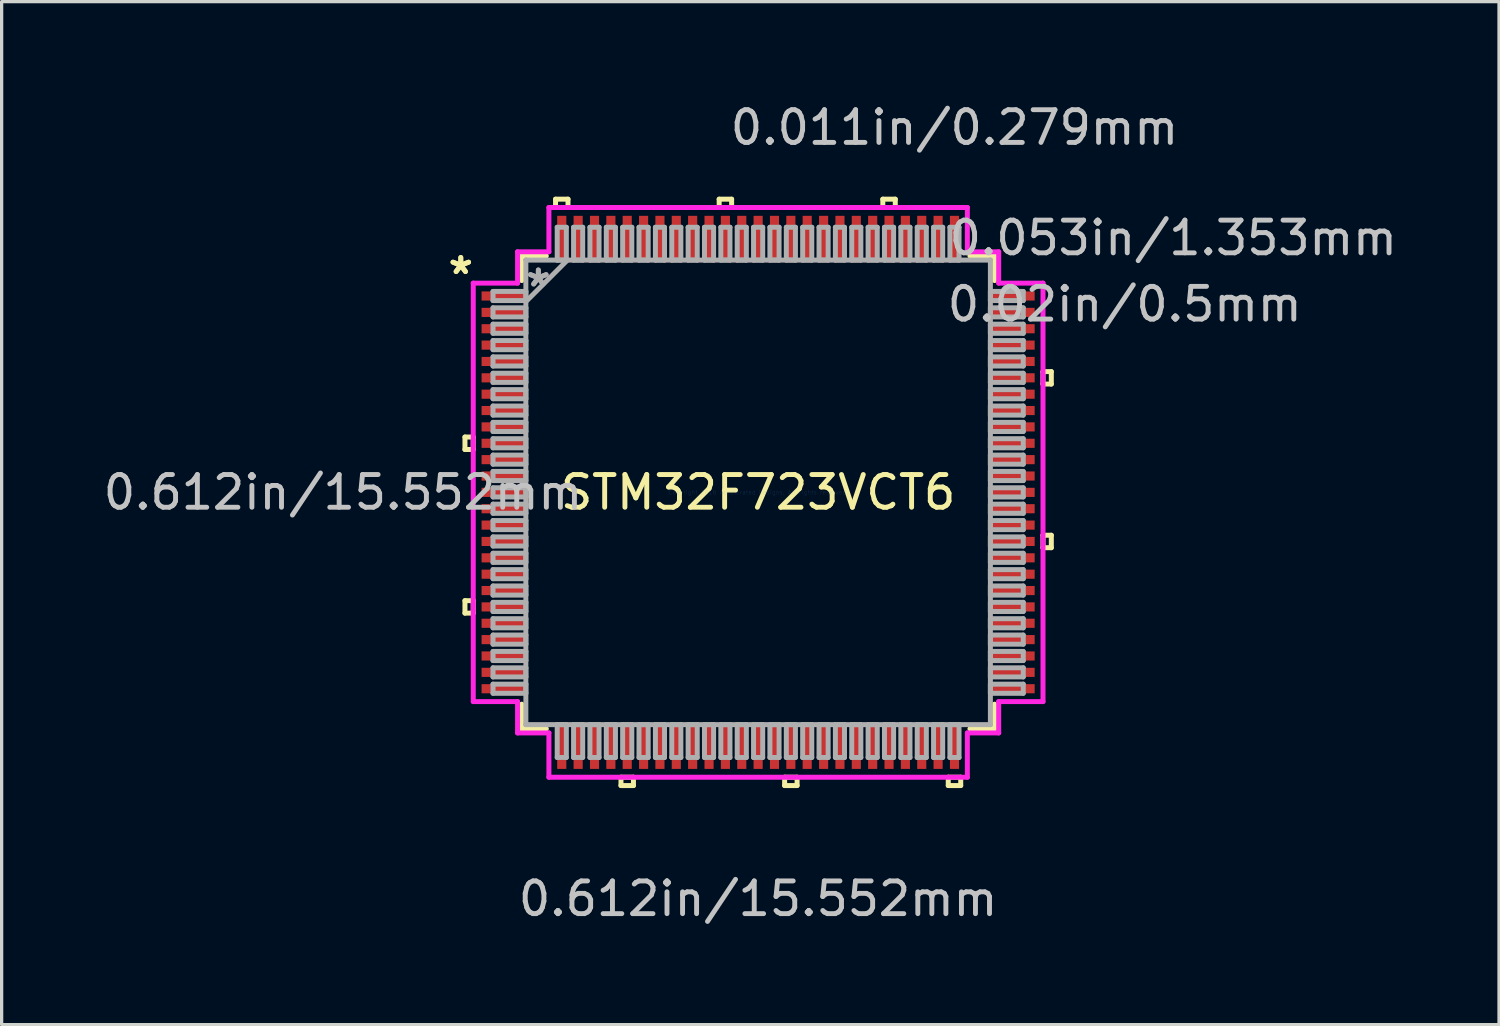
<source format=kicad_pcb>
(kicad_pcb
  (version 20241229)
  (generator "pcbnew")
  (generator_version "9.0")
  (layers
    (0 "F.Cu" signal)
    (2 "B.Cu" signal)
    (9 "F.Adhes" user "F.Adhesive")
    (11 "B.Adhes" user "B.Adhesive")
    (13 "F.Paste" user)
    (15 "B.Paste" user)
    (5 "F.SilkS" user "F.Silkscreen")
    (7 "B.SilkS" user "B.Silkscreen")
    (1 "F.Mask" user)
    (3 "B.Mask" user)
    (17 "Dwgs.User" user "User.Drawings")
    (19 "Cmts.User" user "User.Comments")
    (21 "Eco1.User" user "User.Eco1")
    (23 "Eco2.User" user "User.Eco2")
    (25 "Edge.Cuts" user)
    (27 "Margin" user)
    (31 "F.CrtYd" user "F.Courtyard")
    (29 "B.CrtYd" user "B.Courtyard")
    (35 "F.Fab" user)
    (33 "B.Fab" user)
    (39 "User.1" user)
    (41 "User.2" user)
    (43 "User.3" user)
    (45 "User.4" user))
  (footprint "STM32F723VCT6"
    (layer "F.Cu")
    (at 20.122 11.999)
    (property "Reference" "STM32F723VCT6" (at 0 0 0) (layer "F.SilkS") (effects (font (size 1 1) (thickness 0.15))))
    (attr through_hole)
    (fp_line (start -8.961 -1.691) (end -8.961 -1.31) (stroke (width 0.152) (type solid)) (layer "F.SilkS"))
    (fp_line (start -8.961 -1.31) (end -8.707 -1.31) (stroke (width 0.152) (type solid)) (layer "F.SilkS"))
    (fp_line (start -8.961 3.31) (end -8.961 3.691) (stroke (width 0.152) (type solid)) (layer "F.SilkS"))
    (fp_line (start -8.961 3.691) (end -8.707 3.691) (stroke (width 0.152) (type solid)) (layer "F.SilkS"))
    (fp_line (start -8.707 -1.691) (end -8.961 -1.691) (stroke (width 0.152) (type solid)) (layer "F.SilkS"))
    (fp_line (start -8.707 -1.31) (end -8.707 -1.691) (stroke (width 0.152) (type solid)) (layer "F.SilkS"))
    (fp_line (start -8.707 3.31) (end -8.961 3.31) (stroke (width 0.152) (type solid)) (layer "F.SilkS"))
    (fp_line (start -8.707 3.691) (end -8.707 3.31) (stroke (width 0.152) (type solid)) (layer "F.SilkS"))
    (fp_line (start -7.226 -7.226) (end -7.226 -6.474) (stroke (width 0.152) (type solid)) (layer "F.SilkS"))
    (fp_line (start -7.226 6.474) (end -7.226 7.226) (stroke (width 0.152) (type solid)) (layer "F.SilkS"))
    (fp_line (start -7.226 7.226) (end -6.474 7.226) (stroke (width 0.152) (type solid)) (layer "F.SilkS"))
    (fp_line (start -6.474 -7.226) (end -7.226 -7.226) (stroke (width 0.152) (type solid)) (layer "F.SilkS"))
    (fp_line (start -6.192 -8.961) (end -5.811 -8.961) (stroke (width 0.152) (type solid)) (layer "F.SilkS"))
    (fp_line (start -6.192 -8.707) (end -6.192 -8.961) (stroke (width 0.152) (type solid)) (layer "F.SilkS"))
    (fp_line (start -5.811 -8.961) (end -5.811 -8.707) (stroke (width 0.152) (type solid)) (layer "F.SilkS"))
    (fp_line (start -5.811 -8.707) (end -6.192 -8.707) (stroke (width 0.152) (type solid)) (layer "F.SilkS"))
    (fp_line (start -4.192 8.707) (end -4.192 8.961) (stroke (width 0.152) (type solid)) (layer "F.SilkS"))
    (fp_line (start -4.192 8.961) (end -3.811 8.961) (stroke (width 0.152) (type solid)) (layer "F.SilkS"))
    (fp_line (start -3.811 8.707) (end -4.192 8.707) (stroke (width 0.152) (type solid)) (layer "F.SilkS"))
    (fp_line (start -3.811 8.961) (end -3.811 8.707) (stroke (width 0.152) (type solid)) (layer "F.SilkS"))
    (fp_line (start -1.191 -8.961) (end -0.81 -8.961) (stroke (width 0.152) (type solid)) (layer "F.SilkS"))
    (fp_line (start -1.191 -8.707) (end -1.191 -8.961) (stroke (width 0.152) (type solid)) (layer "F.SilkS"))
    (fp_line (start -0.81 -8.961) (end -0.81 -8.707) (stroke (width 0.152) (type solid)) (layer "F.SilkS"))
    (fp_line (start -0.81 -8.707) (end -1.191 -8.707) (stroke (width 0.152) (type solid)) (layer "F.SilkS"))
    (fp_line (start 0.81 8.707) (end 0.81 8.961) (stroke (width 0.152) (type solid)) (layer "F.SilkS"))
    (fp_line (start 0.81 8.961) (end 1.191 8.961) (stroke (width 0.152) (type solid)) (layer "F.SilkS"))
    (fp_line (start 1.191 8.707) (end 0.81 8.707) (stroke (width 0.152) (type solid)) (layer "F.SilkS"))
    (fp_line (start 1.191 8.961) (end 1.191 8.707) (stroke (width 0.152) (type solid)) (layer "F.SilkS"))
    (fp_line (start 3.811 -8.961) (end 4.192 -8.961) (stroke (width 0.152) (type solid)) (layer "F.SilkS"))
    (fp_line (start 3.811 -8.707) (end 3.811 -8.961) (stroke (width 0.152) (type solid)) (layer "F.SilkS"))
    (fp_line (start 4.192 -8.961) (end 4.192 -8.707) (stroke (width 0.152) (type solid)) (layer "F.SilkS"))
    (fp_line (start 4.192 -8.707) (end 3.811 -8.707) (stroke (width 0.152) (type solid)) (layer "F.SilkS"))
    (fp_line (start 5.811 8.707) (end 5.811 8.961) (stroke (width 0.152) (type solid)) (layer "F.SilkS"))
    (fp_line (start 5.811 8.961) (end 6.192 8.961) (stroke (width 0.152) (type solid)) (layer "F.SilkS"))
    (fp_line (start 6.192 8.707) (end 5.811 8.707) (stroke (width 0.152) (type solid)) (layer "F.SilkS"))
    (fp_line (start 6.192 8.961) (end 6.192 8.707) (stroke (width 0.152) (type solid)) (layer "F.SilkS"))
    (fp_line (start 6.474 7.226) (end 7.226 7.226) (stroke (width 0.152) (type solid)) (layer "F.SilkS"))
    (fp_line (start 7.226 -7.226) (end 6.474 -7.226) (stroke (width 0.152) (type solid)) (layer "F.SilkS"))
    (fp_line (start 7.226 -6.474) (end 7.226 -7.226) (stroke (width 0.152) (type solid)) (layer "F.SilkS"))
    (fp_line (start 7.226 7.226) (end 7.226 6.474) (stroke (width 0.152) (type solid)) (layer "F.SilkS"))
    (fp_line (start 8.707 -3.691) (end 8.961 -3.691) (stroke (width 0.152) (type solid)) (layer "F.SilkS"))
    (fp_line (start 8.707 -3.31) (end 8.707 -3.691) (stroke (width 0.152) (type solid)) (layer "F.SilkS"))
    (fp_line (start 8.707 1.31) (end 8.961 1.31) (stroke (width 0.152) (type solid)) (layer "F.SilkS"))
    (fp_line (start 8.707 1.691) (end 8.707 1.31) (stroke (width 0.152) (type solid)) (layer "F.SilkS"))
    (fp_line (start 8.961 -3.691) (end 8.961 -3.31) (stroke (width 0.152) (type solid)) (layer "F.SilkS"))
    (fp_line (start 8.961 -3.31) (end 8.707 -3.31) (stroke (width 0.152) (type solid)) (layer "F.SilkS"))
    (fp_line (start 8.961 1.31) (end 8.961 1.691) (stroke (width 0.152) (type solid)) (layer "F.SilkS"))
    (fp_line (start 8.961 1.691) (end 8.707 1.691) (stroke (width 0.152) (type solid)) (layer "F.SilkS"))
    (fp_line (start -8.707 -6.395) (end -7.353 -6.395) (stroke (width 0.152) (type solid)) (layer "F.CrtYd"))
    (fp_line (start -8.707 6.395) (end -8.707 -6.395) (stroke (width 0.152) (type solid)) (layer "F.CrtYd"))
    (fp_line (start -7.353 -7.353) (end -6.395 -7.353) (stroke (width 0.152) (type solid)) (layer "F.CrtYd"))
    (fp_line (start -7.353 -6.395) (end -7.353 -7.353) (stroke (width 0.152) (type solid)) (layer "F.CrtYd"))
    (fp_line (start -7.353 6.395) (end -8.707 6.395) (stroke (width 0.152) (type solid)) (layer "F.CrtYd"))
    (fp_line (start -7.353 7.353) (end -7.353 6.395) (stroke (width 0.152) (type solid)) (layer "F.CrtYd"))
    (fp_line (start -6.395 -8.707) (end 6.395 -8.707) (stroke (width 0.152) (type solid)) (layer "F.CrtYd"))
    (fp_line (start -6.395 -7.353) (end -6.395 -8.707) (stroke (width 0.152) (type solid)) (layer "F.CrtYd"))
    (fp_line (start -6.395 7.353) (end -7.353 7.353) (stroke (width 0.152) (type solid)) (layer "F.CrtYd"))
    (fp_line (start -6.395 8.707) (end -6.395 7.353) (stroke (width 0.152) (type solid)) (layer "F.CrtYd"))
    (fp_line (start 6.395 -8.707) (end 6.395 -7.353) (stroke (width 0.152) (type solid)) (layer "F.CrtYd"))
    (fp_line (start 6.395 -7.353) (end 7.353 -7.353) (stroke (width 0.152) (type solid)) (layer "F.CrtYd"))
    (fp_line (start 6.395 7.353) (end 6.395 8.707) (stroke (width 0.152) (type solid)) (layer "F.CrtYd"))
    (fp_line (start 6.395 8.707) (end -6.395 8.707) (stroke (width 0.152) (type solid)) (layer "F.CrtYd"))
    (fp_line (start 7.353 -7.353) (end 7.353 -6.395) (stroke (width 0.152) (type solid)) (layer "F.CrtYd"))
    (fp_line (start 7.353 -6.395) (end 8.707 -6.395) (stroke (width 0.152) (type solid)) (layer "F.CrtYd"))
    (fp_line (start 7.353 6.395) (end 7.353 7.353) (stroke (width 0.152) (type solid)) (layer "F.CrtYd"))
    (fp_line (start 7.353 7.353) (end 6.395 7.353) (stroke (width 0.152) (type solid)) (layer "F.CrtYd"))
    (fp_line (start 8.707 -6.395) (end 8.707 6.395) (stroke (width 0.152) (type solid)) (layer "F.CrtYd"))
    (fp_line (start 8.707 6.395) (end 7.353 6.395) (stroke (width 0.152) (type solid)) (layer "F.CrtYd"))
    (fp_line (start -8.103 -6.141) (end -8.103 -5.862) (stroke (width 0.152) (type solid)) (layer "F.Fab"))
    (fp_line (start -8.103 -5.862) (end -7.099 -5.862) (stroke (width 0.152) (type solid)) (layer "F.Fab"))
    (fp_line (start -8.103 -5.641) (end -8.103 -5.362) (stroke (width 0.152) (type solid)) (layer "F.Fab"))
    (fp_line (start -8.103 -5.362) (end -7.099 -5.362) (stroke (width 0.152) (type solid)) (layer "F.Fab"))
    (fp_line (start -8.103 -5.141) (end -8.103 -4.862) (stroke (width 0.152) (type solid)) (layer "F.Fab"))
    (fp_line (start -8.103 -4.862) (end -7.099 -4.862) (stroke (width 0.152) (type solid)) (layer "F.Fab"))
    (fp_line (start -8.103 -4.641) (end -8.103 -4.361) (stroke (width 0.152) (type solid)) (layer "F.Fab"))
    (fp_line (start -8.103 -4.361) (end -7.099 -4.361) (stroke (width 0.152) (type solid)) (layer "F.Fab"))
    (fp_line (start -8.103 -4.141) (end -8.103 -3.861) (stroke (width 0.152) (type solid)) (layer "F.Fab"))
    (fp_line (start -8.103 -3.861) (end -7.099 -3.861) (stroke (width 0.152) (type solid)) (layer "F.Fab"))
    (fp_line (start -8.103 -3.641) (end -8.103 -3.361) (stroke (width 0.152) (type solid)) (layer "F.Fab"))
    (fp_line (start -8.103 -3.361) (end -7.099 -3.361) (stroke (width 0.152) (type solid)) (layer "F.Fab"))
    (fp_line (start -8.103 -3.14) (end -8.103 -2.861) (stroke (width 0.152) (type solid)) (layer "F.Fab"))
    (fp_line (start -8.103 -2.861) (end -7.099 -2.861) (stroke (width 0.152) (type solid)) (layer "F.Fab"))
    (fp_line (start -8.103 -2.64) (end -8.103 -2.361) (stroke (width 0.152) (type solid)) (layer "F.Fab"))
    (fp_line (start -8.103 -2.361) (end -7.099 -2.361) (stroke (width 0.152) (type solid)) (layer "F.Fab"))
    (fp_line (start -8.103 -2.14) (end -8.103 -1.861) (stroke (width 0.152) (type solid)) (layer "F.Fab"))
    (fp_line (start -8.103 -1.861) (end -7.099 -1.861) (stroke (width 0.152) (type solid)) (layer "F.Fab"))
    (fp_line (start -8.103 -1.64) (end -8.103 -1.361) (stroke (width 0.152) (type solid)) (layer "F.Fab"))
    (fp_line (start -8.103 -1.361) (end -7.099 -1.361) (stroke (width 0.152) (type solid)) (layer "F.Fab"))
    (fp_line (start -8.103 -1.14) (end -8.103 -0.861) (stroke (width 0.152) (type solid)) (layer "F.Fab"))
    (fp_line (start -8.103 -0.861) (end -7.099 -0.861) (stroke (width 0.152) (type solid)) (layer "F.Fab"))
    (fp_line (start -8.103 -0.64) (end -8.103 -0.36) (stroke (width 0.152) (type solid)) (layer "F.Fab"))
    (fp_line (start -8.103 -0.36) (end -7.099 -0.36) (stroke (width 0.152) (type solid)) (layer "F.Fab"))
    (fp_line (start -8.103 -0.14) (end -8.103 0.14) (stroke (width 0.152) (type solid)) (layer "F.Fab"))
    (fp_line (start -8.103 0.14) (end -7.099 0.14) (stroke (width 0.152) (type solid)) (layer "F.Fab"))
    (fp_line (start -8.103 0.36) (end -8.103 0.64) (stroke (width 0.152) (type solid)) (layer "F.Fab"))
    (fp_line (start -8.103 0.64) (end -7.099 0.64) (stroke (width 0.152) (type solid)) (layer "F.Fab"))
    (fp_line (start -8.103 0.861) (end -8.103 1.14) (stroke (width 0.152) (type solid)) (layer "F.Fab"))
    (fp_line (start -8.103 1.14) (end -7.099 1.14) (stroke (width 0.152) (type solid)) (layer "F.Fab"))
    (fp_line (start -8.103 1.361) (end -8.103 1.64) (stroke (width 0.152) (type solid)) (layer "F.Fab"))
    (fp_line (start -8.103 1.64) (end -7.099 1.64) (stroke (width 0.152) (type solid)) (layer "F.Fab"))
    (fp_line (start -8.103 1.861) (end -8.103 2.14) (stroke (width 0.152) (type solid)) (layer "F.Fab"))
    (fp_line (start -8.103 2.14) (end -7.099 2.14) (stroke (width 0.152) (type solid)) (layer "F.Fab"))
    (fp_line (start -8.103 2.361) (end -8.103 2.64) (stroke (width 0.152) (type solid)) (layer "F.Fab"))
    (fp_line (start -8.103 2.64) (end -7.099 2.64) (stroke (width 0.152) (type solid)) (layer "F.Fab"))
    (fp_line (start -8.103 2.861) (end -8.103 3.14) (stroke (width 0.152) (type solid)) (layer "F.Fab"))
    (fp_line (start -8.103 3.14) (end -7.099 3.14) (stroke (width 0.152) (type solid)) (layer "F.Fab"))
    (fp_line (start -8.103 3.361) (end -8.103 3.641) (stroke (width 0.152) (type solid)) (layer "F.Fab"))
    (fp_line (start -8.103 3.641) (end -7.099 3.641) (stroke (width 0.152) (type solid)) (layer "F.Fab"))
    (fp_line (start -8.103 3.861) (end -8.103 4.141) (stroke (width 0.152) (type solid)) (layer "F.Fab"))
    (fp_line (start -8.103 4.141) (end -7.099 4.141) (stroke (width 0.152) (type solid)) (layer "F.Fab"))
    (fp_line (start -8.103 4.361) (end -8.103 4.641) (stroke (width 0.152) (type solid)) (layer "F.Fab"))
    (fp_line (start -8.103 4.641) (end -7.099 4.641) (stroke (width 0.152) (type solid)) (layer "F.Fab"))
    (fp_line (start -8.103 4.862) (end -8.103 5.141) (stroke (width 0.152) (type solid)) (layer "F.Fab"))
    (fp_line (start -8.103 5.141) (end -7.099 5.141) (stroke (width 0.152) (type solid)) (layer "F.Fab"))
    (fp_line (start -8.103 5.362) (end -8.103 5.641) (stroke (width 0.152) (type solid)) (layer "F.Fab"))
    (fp_line (start -8.103 5.641) (end -7.099 5.641) (stroke (width 0.152) (type solid)) (layer "F.Fab"))
    (fp_line (start -8.103 5.862) (end -8.103 6.141) (stroke (width 0.152) (type solid)) (layer "F.Fab"))
    (fp_line (start -8.103 6.141) (end -7.099 6.141) (stroke (width 0.152) (type solid)) (layer "F.Fab"))
    (fp_line (start -7.099 -7.099) (end -7.099 -7.099) (stroke (width 0.152) (type solid)) (layer "F.Fab"))
    (fp_line (start -7.099 -7.099) (end -7.099 7.099) (stroke (width 0.152) (type solid)) (layer "F.Fab"))
    (fp_line (start -7.099 -6.141) (end -8.103 -6.141) (stroke (width 0.152) (type solid)) (layer "F.Fab"))
    (fp_line (start -7.099 -5.862) (end -7.099 -6.141) (stroke (width 0.152) (type solid)) (layer "F.Fab"))
    (fp_line (start -7.099 -5.829) (end -5.829 -7.099) (stroke (width 0.152) (type solid)) (layer "F.Fab"))
    (fp_line (start -7.099 -5.641) (end -8.103 -5.641) (stroke (width 0.152) (type solid)) (layer "F.Fab"))
    (fp_line (start -7.099 -5.362) (end -7.099 -5.641) (stroke (width 0.152) (type solid)) (layer "F.Fab"))
    (fp_line (start -7.099 -5.141) (end -8.103 -5.141) (stroke (width 0.152) (type solid)) (layer "F.Fab"))
    (fp_line (start -7.099 -4.862) (end -7.099 -5.141) (stroke (width 0.152) (type solid)) (layer "F.Fab"))
    (fp_line (start -7.099 -4.641) (end -8.103 -4.641) (stroke (width 0.152) (type solid)) (layer "F.Fab"))
    (fp_line (start -7.099 -4.361) (end -7.099 -4.641) (stroke (width 0.152) (type solid)) (layer "F.Fab"))
    (fp_line (start -7.099 -4.141) (end -8.103 -4.141) (stroke (width 0.152) (type solid)) (layer "F.Fab"))
    (fp_line (start -7.099 -3.861) (end -7.099 -4.141) (stroke (width 0.152) (type solid)) (layer "F.Fab"))
    (fp_line (start -7.099 -3.641) (end -8.103 -3.641) (stroke (width 0.152) (type solid)) (layer "F.Fab"))
    (fp_line (start -7.099 -3.361) (end -7.099 -3.641) (stroke (width 0.152) (type solid)) (layer "F.Fab"))
    (fp_line (start -7.099 -3.14) (end -8.103 -3.14) (stroke (width 0.152) (type solid)) (layer "F.Fab"))
    (fp_line (start -7.099 -2.861) (end -7.099 -3.14) (stroke (width 0.152) (type solid)) (layer "F.Fab"))
    (fp_line (start -7.099 -2.64) (end -8.103 -2.64) (stroke (width 0.152) (type solid)) (layer "F.Fab"))
    (fp_line (start -7.099 -2.361) (end -7.099 -2.64) (stroke (width 0.152) (type solid)) (layer "F.Fab"))
    (fp_line (start -7.099 -2.14) (end -8.103 -2.14) (stroke (width 0.152) (type solid)) (layer "F.Fab"))
    (fp_line (start -7.099 -1.861) (end -7.099 -2.14) (stroke (width 0.152) (type solid)) (layer "F.Fab"))
    (fp_line (start -7.099 -1.64) (end -8.103 -1.64) (stroke (width 0.152) (type solid)) (layer "F.Fab"))
    (fp_line (start -7.099 -1.361) (end -7.099 -1.64) (stroke (width 0.152) (type solid)) (layer "F.Fab"))
    (fp_line (start -7.099 -1.14) (end -8.103 -1.14) (stroke (width 0.152) (type solid)) (layer "F.Fab"))
    (fp_line (start -7.099 -0.861) (end -7.099 -1.14) (stroke (width 0.152) (type solid)) (layer "F.Fab"))
    (fp_line (start -7.099 -0.64) (end -8.103 -0.64) (stroke (width 0.152) (type solid)) (layer "F.Fab"))
    (fp_line (start -7.099 -0.36) (end -7.099 -0.64) (stroke (width 0.152) (type solid)) (layer "F.Fab"))
    (fp_line (start -7.099 -0.14) (end -8.103 -0.14) (stroke (width 0.152) (type solid)) (layer "F.Fab"))
    (fp_line (start -7.099 0.14) (end -7.099 -0.14) (stroke (width 0.152) (type solid)) (layer "F.Fab"))
    (fp_line (start -7.099 0.36) (end -8.103 0.36) (stroke (width 0.152) (type solid)) (layer "F.Fab"))
    (fp_line (start -7.099 0.64) (end -7.099 0.36) (stroke (width 0.152) (type solid)) (layer "F.Fab"))
    (fp_line (start -7.099 0.861) (end -8.103 0.861) (stroke (width 0.152) (type solid)) (layer "F.Fab"))
    (fp_line (start -7.099 1.14) (end -7.099 0.861) (stroke (width 0.152) (type solid)) (layer "F.Fab"))
    (fp_line (start -7.099 1.361) (end -8.103 1.361) (stroke (width 0.152) (type solid)) (layer "F.Fab"))
    (fp_line (start -7.099 1.64) (end -7.099 1.361) (stroke (width 0.152) (type solid)) (layer "F.Fab"))
    (fp_line (start -7.099 1.861) (end -8.103 1.861) (stroke (width 0.152) (type solid)) (layer "F.Fab"))
    (fp_line (start -7.099 2.14) (end -7.099 1.861) (stroke (width 0.152) (type solid)) (layer "F.Fab"))
    (fp_line (start -7.099 2.361) (end -8.103 2.361) (stroke (width 0.152) (type solid)) (layer "F.Fab"))
    (fp_line (start -7.099 2.64) (end -7.099 2.361) (stroke (width 0.152) (type solid)) (layer "F.Fab"))
    (fp_line (start -7.099 2.861) (end -8.103 2.861) (stroke (width 0.152) (type solid)) (layer "F.Fab"))
    (fp_line (start -7.099 3.14) (end -7.099 2.861) (stroke (width 0.152) (type solid)) (layer "F.Fab"))
    (fp_line (start -7.099 3.361) (end -8.103 3.361) (stroke (width 0.152) (type solid)) (layer "F.Fab"))
    (fp_line (start -7.099 3.641) (end -7.099 3.361) (stroke (width 0.152) (type solid)) (layer "F.Fab"))
    (fp_line (start -7.099 3.861) (end -8.103 3.861) (stroke (width 0.152) (type solid)) (layer "F.Fab"))
    (fp_line (start -7.099 4.141) (end -7.099 3.861) (stroke (width 0.152) (type solid)) (layer "F.Fab"))
    (fp_line (start -7.099 4.361) (end -8.103 4.361) (stroke (width 0.152) (type solid)) (layer "F.Fab"))
    (fp_line (start -7.099 4.641) (end -7.099 4.361) (stroke (width 0.152) (type solid)) (layer "F.Fab"))
    (fp_line (start -7.099 4.862) (end -8.103 4.862) (stroke (width 0.152) (type solid)) (layer "F.Fab"))
    (fp_line (start -7.099 5.141) (end -7.099 4.862) (stroke (width 0.152) (type solid)) (layer "F.Fab"))
    (fp_line (start -7.099 5.362) (end -8.103 5.362) (stroke (width 0.152) (type solid)) (layer "F.Fab"))
    (fp_line (start -7.099 5.641) (end -7.099 5.362) (stroke (width 0.152) (type solid)) (layer "F.Fab"))
    (fp_line (start -7.099 5.862) (end -8.103 5.862) (stroke (width 0.152) (type solid)) (layer "F.Fab"))
    (fp_line (start -7.099 6.141) (end -7.099 5.862) (stroke (width 0.152) (type solid)) (layer "F.Fab"))
    (fp_line (start -7.099 7.099) (end -7.099 7.099) (stroke (width 0.152) (type solid)) (layer "F.Fab"))
    (fp_line (start -7.099 7.099) (end 7.099 7.099) (stroke (width 0.152) (type solid)) (layer "F.Fab"))
    (fp_line (start -6.141 -8.103) (end -6.141 -7.099) (stroke (width 0.152) (type solid)) (layer "F.Fab"))
    (fp_line (start -6.141 -7.099) (end -5.862 -7.099) (stroke (width 0.152) (type solid)) (layer "F.Fab"))
    (fp_line (start -6.141 7.099) (end -6.141 8.103) (stroke (width 0.152) (type solid)) (layer "F.Fab"))
    (fp_line (start -6.141 8.103) (end -5.862 8.103) (stroke (width 0.152) (type solid)) (layer "F.Fab"))
    (fp_line (start -5.862 -8.103) (end -6.141 -8.103) (stroke (width 0.152) (type solid)) (layer "F.Fab"))
    (fp_line (start -5.862 -7.099) (end -5.862 -8.103) (stroke (width 0.152) (type solid)) (layer "F.Fab"))
    (fp_line (start -5.862 7.099) (end -6.141 7.099) (stroke (width 0.152) (type solid)) (layer "F.Fab"))
    (fp_line (start -5.862 8.103) (end -5.862 7.099) (stroke (width 0.152) (type solid)) (layer "F.Fab"))
    (fp_line (start -5.641 -8.103) (end -5.641 -7.099) (stroke (width 0.152) (type solid)) (layer "F.Fab"))
    (fp_line (start -5.641 -7.099) (end -5.362 -7.099) (stroke (width 0.152) (type solid)) (layer "F.Fab"))
    (fp_line (start -5.641 7.099) (end -5.641 8.103) (stroke (width 0.152) (type solid)) (layer "F.Fab"))
    (fp_line (start -5.641 8.103) (end -5.362 8.103) (stroke (width 0.152) (type solid)) (layer "F.Fab"))
    (fp_line (start -5.362 -8.103) (end -5.641 -8.103) (stroke (width 0.152) (type solid)) (layer "F.Fab"))
    (fp_line (start -5.362 -7.099) (end -5.362 -8.103) (stroke (width 0.152) (type solid)) (layer "F.Fab"))
    (fp_line (start -5.362 7.099) (end -5.641 7.099) (stroke (width 0.152) (type solid)) (layer "F.Fab"))
    (fp_line (start -5.362 8.103) (end -5.362 7.099) (stroke (width 0.152) (type solid)) (layer "F.Fab"))
    (fp_line (start -5.141 -8.103) (end -5.141 -7.099) (stroke (width 0.152) (type solid)) (layer "F.Fab"))
    (fp_line (start -5.141 -7.099) (end -4.862 -7.099) (stroke (width 0.152) (type solid)) (layer "F.Fab"))
    (fp_line (start -5.141 7.099) (end -5.141 8.103) (stroke (width 0.152) (type solid)) (layer "F.Fab"))
    (fp_line (start -5.141 8.103) (end -4.862 8.103) (stroke (width 0.152) (type solid)) (layer "F.Fab"))
    (fp_line (start -4.862 -8.103) (end -5.141 -8.103) (stroke (width 0.152) (type solid)) (layer "F.Fab"))
    (fp_line (start -4.862 -7.099) (end -4.862 -8.103) (stroke (width 0.152) (type solid)) (layer "F.Fab"))
    (fp_line (start -4.862 7.099) (end -5.141 7.099) (stroke (width 0.152) (type solid)) (layer "F.Fab"))
    (fp_line (start -4.862 8.103) (end -4.862 7.099) (stroke (width 0.152) (type solid)) (layer "F.Fab"))
    (fp_line (start -4.641 -8.103) (end -4.641 -7.099) (stroke (width 0.152) (type solid)) (layer "F.Fab"))
    (fp_line (start -4.641 -7.099) (end -4.361 -7.099) (stroke (width 0.152) (type solid)) (layer "F.Fab"))
    (fp_line (start -4.641 7.099) (end -4.641 8.103) (stroke (width 0.152) (type solid)) (layer "F.Fab"))
    (fp_line (start -4.641 8.103) (end -4.361 8.103) (stroke (width 0.152) (type solid)) (layer "F.Fab"))
    (fp_line (start -4.361 -8.103) (end -4.641 -8.103) (stroke (width 0.152) (type solid)) (layer "F.Fab"))
    (fp_line (start -4.361 -7.099) (end -4.361 -8.103) (stroke (width 0.152) (type solid)) (layer "F.Fab"))
    (fp_line (start -4.361 7.099) (end -4.641 7.099) (stroke (width 0.152) (type solid)) (layer "F.Fab"))
    (fp_line (start -4.361 8.103) (end -4.361 7.099) (stroke (width 0.152) (type solid)) (layer "F.Fab"))
    (fp_line (start -4.141 -8.103) (end -4.141 -7.099) (stroke (width 0.152) (type solid)) (layer "F.Fab"))
    (fp_line (start -4.141 -7.099) (end -3.861 -7.099) (stroke (width 0.152) (type solid)) (layer "F.Fab"))
    (fp_line (start -4.141 7.099) (end -4.141 8.103) (stroke (width 0.152) (type solid)) (layer "F.Fab"))
    (fp_line (start -4.141 8.103) (end -3.861 8.103) (stroke (width 0.152) (type solid)) (layer "F.Fab"))
    (fp_line (start -3.861 -8.103) (end -4.141 -8.103) (stroke (width 0.152) (type solid)) (layer "F.Fab"))
    (fp_line (start -3.861 -7.099) (end -3.861 -8.103) (stroke (width 0.152) (type solid)) (layer "F.Fab"))
    (fp_line (start -3.861 7.099) (end -4.141 7.099) (stroke (width 0.152) (type solid)) (layer "F.Fab"))
    (fp_line (start -3.861 8.103) (end -3.861 7.099) (stroke (width 0.152) (type solid)) (layer "F.Fab"))
    (fp_line (start -3.641 -8.103) (end -3.641 -7.099) (stroke (width 0.152) (type solid)) (layer "F.Fab"))
    (fp_line (start -3.641 -7.099) (end -3.361 -7.099) (stroke (width 0.152) (type solid)) (layer "F.Fab"))
    (fp_line (start -3.641 7.099) (end -3.641 8.103) (stroke (width 0.152) (type solid)) (layer "F.Fab"))
    (fp_line (start -3.641 8.103) (end -3.361 8.103) (stroke (width 0.152) (type solid)) (layer "F.Fab"))
    (fp_line (start -3.361 -8.103) (end -3.641 -8.103) (stroke (width 0.152) (type solid)) (layer "F.Fab"))
    (fp_line (start -3.361 -7.099) (end -3.361 -8.103) (stroke (width 0.152) (type solid)) (layer "F.Fab"))
    (fp_line (start -3.361 7.099) (end -3.641 7.099) (stroke (width 0.152) (type solid)) (layer "F.Fab"))
    (fp_line (start -3.361 8.103) (end -3.361 7.099) (stroke (width 0.152) (type solid)) (layer "F.Fab"))
    (fp_line (start -3.14 -8.103) (end -3.14 -7.099) (stroke (width 0.152) (type solid)) (layer "F.Fab"))
    (fp_line (start -3.14 -7.099) (end -2.861 -7.099) (stroke (width 0.152) (type solid)) (layer "F.Fab"))
    (fp_line (start -3.14 7.099) (end -3.14 8.103) (stroke (width 0.152) (type solid)) (layer "F.Fab"))
    (fp_line (start -3.14 8.103) (end -2.861 8.103) (stroke (width 0.152) (type solid)) (layer "F.Fab"))
    (fp_line (start -2.861 -8.103) (end -3.14 -8.103) (stroke (width 0.152) (type solid)) (layer "F.Fab"))
    (fp_line (start -2.861 -7.099) (end -2.861 -8.103) (stroke (width 0.152) (type solid)) (layer "F.Fab"))
    (fp_line (start -2.861 7.099) (end -3.14 7.099) (stroke (width 0.152) (type solid)) (layer "F.Fab"))
    (fp_line (start -2.861 8.103) (end -2.861 7.099) (stroke (width 0.152) (type solid)) (layer "F.Fab"))
    (fp_line (start -2.64 -8.103) (end -2.64 -7.099) (stroke (width 0.152) (type solid)) (layer "F.Fab"))
    (fp_line (start -2.64 -7.099) (end -2.361 -7.099) (stroke (width 0.152) (type solid)) (layer "F.Fab"))
    (fp_line (start -2.64 7.099) (end -2.64 8.103) (stroke (width 0.152) (type solid)) (layer "F.Fab"))
    (fp_line (start -2.64 8.103) (end -2.361 8.103) (stroke (width 0.152) (type solid)) (layer "F.Fab"))
    (fp_line (start -2.361 -8.103) (end -2.64 -8.103) (stroke (width 0.152) (type solid)) (layer "F.Fab"))
    (fp_line (start -2.361 -7.099) (end -2.361 -8.103) (stroke (width 0.152) (type solid)) (layer "F.Fab"))
    (fp_line (start -2.361 7.099) (end -2.64 7.099) (stroke (width 0.152) (type solid)) (layer "F.Fab"))
    (fp_line (start -2.361 8.103) (end -2.361 7.099) (stroke (width 0.152) (type solid)) (layer "F.Fab"))
    (fp_line (start -2.14 -8.103) (end -2.14 -7.099) (stroke (width 0.152) (type solid)) (layer "F.Fab"))
    (fp_line (start -2.14 -7.099) (end -1.861 -7.099) (stroke (width 0.152) (type solid)) (layer "F.Fab"))
    (fp_line (start -2.14 7.099) (end -2.14 8.103) (stroke (width 0.152) (type solid)) (layer "F.Fab"))
    (fp_line (start -2.14 8.103) (end -1.861 8.103) (stroke (width 0.152) (type solid)) (layer "F.Fab"))
    (fp_line (start -1.861 -8.103) (end -2.14 -8.103) (stroke (width 0.152) (type solid)) (layer "F.Fab"))
    (fp_line (start -1.861 -7.099) (end -1.861 -8.103) (stroke (width 0.152) (type solid)) (layer "F.Fab"))
    (fp_line (start -1.861 7.099) (end -2.14 7.099) (stroke (width 0.152) (type solid)) (layer "F.Fab"))
    (fp_line (start -1.861 8.103) (end -1.861 7.099) (stroke (width 0.152) (type solid)) (layer "F.Fab"))
    (fp_line (start -1.64 -8.103) (end -1.64 -7.099) (stroke (width 0.152) (type solid)) (layer "F.Fab"))
    (fp_line (start -1.64 -7.099) (end -1.361 -7.099) (stroke (width 0.152) (type solid)) (layer "F.Fab"))
    (fp_line (start -1.64 7.099) (end -1.64 8.103) (stroke (width 0.152) (type solid)) (layer "F.Fab"))
    (fp_line (start -1.64 8.103) (end -1.361 8.103) (stroke (width 0.152) (type solid)) (layer "F.Fab"))
    (fp_line (start -1.361 -8.103) (end -1.64 -8.103) (stroke (width 0.152) (type solid)) (layer "F.Fab"))
    (fp_line (start -1.361 -7.099) (end -1.361 -8.103) (stroke (width 0.152) (type solid)) (layer "F.Fab"))
    (fp_line (start -1.361 7.099) (end -1.64 7.099) (stroke (width 0.152) (type solid)) (layer "F.Fab"))
    (fp_line (start -1.361 8.103) (end -1.361 7.099) (stroke (width 0.152) (type solid)) (layer "F.Fab"))
    (fp_line (start -1.14 -8.103) (end -1.14 -7.099) (stroke (width 0.152) (type solid)) (layer "F.Fab"))
    (fp_line (start -1.14 -7.099) (end -0.861 -7.099) (stroke (width 0.152) (type solid)) (layer "F.Fab"))
    (fp_line (start -1.14 7.099) (end -1.14 8.103) (stroke (width 0.152) (type solid)) (layer "F.Fab"))
    (fp_line (start -1.14 8.103) (end -0.861 8.103) (stroke (width 0.152) (type solid)) (layer "F.Fab"))
    (fp_line (start -0.861 -8.103) (end -1.14 -8.103) (stroke (width 0.152) (type solid)) (layer "F.Fab"))
    (fp_line (start -0.861 -7.099) (end -0.861 -8.103) (stroke (width 0.152) (type solid)) (layer "F.Fab"))
    (fp_line (start -0.861 7.099) (end -1.14 7.099) (stroke (width 0.152) (type solid)) (layer "F.Fab"))
    (fp_line (start -0.861 8.103) (end -0.861 7.099) (stroke (width 0.152) (type solid)) (layer "F.Fab"))
    (fp_line (start -0.64 -8.103) (end -0.64 -7.099) (stroke (width 0.152) (type solid)) (layer "F.Fab"))
    (fp_line (start -0.64 -7.099) (end -0.36 -7.099) (stroke (width 0.152) (type solid)) (layer "F.Fab"))
    (fp_line (start -0.64 7.099) (end -0.64 8.103) (stroke (width 0.152) (type solid)) (layer "F.Fab"))
    (fp_line (start -0.64 8.103) (end -0.36 8.103) (stroke (width 0.152) (type solid)) (layer "F.Fab"))
    (fp_line (start -0.36 -8.103) (end -0.64 -8.103) (stroke (width 0.152) (type solid)) (layer "F.Fab"))
    (fp_line (start -0.36 -7.099) (end -0.36 -8.103) (stroke (width 0.152) (type solid)) (layer "F.Fab"))
    (fp_line (start -0.36 7.099) (end -0.64 7.099) (stroke (width 0.152) (type solid)) (layer "F.Fab"))
    (fp_line (start -0.36 8.103) (end -0.36 7.099) (stroke (width 0.152) (type solid)) (layer "F.Fab"))
    (fp_line (start -0.14 -8.103) (end -0.14 -7.099) (stroke (width 0.152) (type solid)) (layer "F.Fab"))
    (fp_line (start -0.14 -7.099) (end 0.14 -7.099) (stroke (width 0.152) (type solid)) (layer "F.Fab"))
    (fp_line (start -0.14 7.099) (end -0.14 8.103) (stroke (width 0.152) (type solid)) (layer "F.Fab"))
    (fp_line (start -0.14 8.103) (end 0.14 8.103) (stroke (width 0.152) (type solid)) (layer "F.Fab"))
    (fp_line (start 0.14 -8.103) (end -0.14 -8.103) (stroke (width 0.152) (type solid)) (layer "F.Fab"))
    (fp_line (start 0.14 -7.099) (end 0.14 -8.103) (stroke (width 0.152) (type solid)) (layer "F.Fab"))
    (fp_line (start 0.14 7.099) (end -0.14 7.099) (stroke (width 0.152) (type solid)) (layer "F.Fab"))
    (fp_line (start 0.14 8.103) (end 0.14 7.099) (stroke (width 0.152) (type solid)) (layer "F.Fab"))
    (fp_line (start 0.36 -8.103) (end 0.36 -7.099) (stroke (width 0.152) (type solid)) (layer "F.Fab"))
    (fp_line (start 0.36 -7.099) (end 0.64 -7.099) (stroke (width 0.152) (type solid)) (layer "F.Fab"))
    (fp_line (start 0.36 7.099) (end 0.36 8.103) (stroke (width 0.152) (type solid)) (layer "F.Fab"))
    (fp_line (start 0.36 8.103) (end 0.64 8.103) (stroke (width 0.152) (type solid)) (layer "F.Fab"))
    (fp_line (start 0.64 -8.103) (end 0.36 -8.103) (stroke (width 0.152) (type solid)) (layer "F.Fab"))
    (fp_line (start 0.64 -7.099) (end 0.64 -8.103) (stroke (width 0.152) (type solid)) (layer "F.Fab"))
    (fp_line (start 0.64 7.099) (end 0.36 7.099) (stroke (width 0.152) (type solid)) (layer "F.Fab"))
    (fp_line (start 0.64 8.103) (end 0.64 7.099) (stroke (width 0.152) (type solid)) (layer "F.Fab"))
    (fp_line (start 0.861 -8.103) (end 0.861 -7.099) (stroke (width 0.152) (type solid)) (layer "F.Fab"))
    (fp_line (start 0.861 -7.099) (end 1.14 -7.099) (stroke (width 0.152) (type solid)) (layer "F.Fab"))
    (fp_line (start 0.861 7.099) (end 0.861 8.103) (stroke (width 0.152) (type solid)) (layer "F.Fab"))
    (fp_line (start 0.861 8.103) (end 1.14 8.103) (stroke (width 0.152) (type solid)) (layer "F.Fab"))
    (fp_line (start 1.14 -8.103) (end 0.861 -8.103) (stroke (width 0.152) (type solid)) (layer "F.Fab"))
    (fp_line (start 1.14 -7.099) (end 1.14 -8.103) (stroke (width 0.152) (type solid)) (layer "F.Fab"))
    (fp_line (start 1.14 7.099) (end 0.861 7.099) (stroke (width 0.152) (type solid)) (layer "F.Fab"))
    (fp_line (start 1.14 8.103) (end 1.14 7.099) (stroke (width 0.152) (type solid)) (layer "F.Fab"))
    (fp_line (start 1.361 -8.103) (end 1.361 -7.099) (stroke (width 0.152) (type solid)) (layer "F.Fab"))
    (fp_line (start 1.361 -7.099) (end 1.64 -7.099) (stroke (width 0.152) (type solid)) (layer "F.Fab"))
    (fp_line (start 1.361 7.099) (end 1.361 8.103) (stroke (width 0.152) (type solid)) (layer "F.Fab"))
    (fp_line (start 1.361 8.103) (end 1.64 8.103) (stroke (width 0.152) (type solid)) (layer "F.Fab"))
    (fp_line (start 1.64 -8.103) (end 1.361 -8.103) (stroke (width 0.152) (type solid)) (layer "F.Fab"))
    (fp_line (start 1.64 -7.099) (end 1.64 -8.103) (stroke (width 0.152) (type solid)) (layer "F.Fab"))
    (fp_line (start 1.64 7.099) (end 1.361 7.099) (stroke (width 0.152) (type solid)) (layer "F.Fab"))
    (fp_line (start 1.64 8.103) (end 1.64 7.099) (stroke (width 0.152) (type solid)) (layer "F.Fab"))
    (fp_line (start 1.861 -8.103) (end 1.861 -7.099) (stroke (width 0.152) (type solid)) (layer "F.Fab"))
    (fp_line (start 1.861 -7.099) (end 2.14 -7.099) (stroke (width 0.152) (type solid)) (layer "F.Fab"))
    (fp_line (start 1.861 7.099) (end 1.861 8.103) (stroke (width 0.152) (type solid)) (layer "F.Fab"))
    (fp_line (start 1.861 8.103) (end 2.14 8.103) (stroke (width 0.152) (type solid)) (layer "F.Fab"))
    (fp_line (start 2.14 -8.103) (end 1.861 -8.103) (stroke (width 0.152) (type solid)) (layer "F.Fab"))
    (fp_line (start 2.14 -7.099) (end 2.14 -8.103) (stroke (width 0.152) (type solid)) (layer "F.Fab"))
    (fp_line (start 2.14 7.099) (end 1.861 7.099) (stroke (width 0.152) (type solid)) (layer "F.Fab"))
    (fp_line (start 2.14 8.103) (end 2.14 7.099) (stroke (width 0.152) (type solid)) (layer "F.Fab"))
    (fp_line (start 2.361 -8.103) (end 2.361 -7.099) (stroke (width 0.152) (type solid)) (layer "F.Fab"))
    (fp_line (start 2.361 -7.099) (end 2.64 -7.099) (stroke (width 0.152) (type solid)) (layer "F.Fab"))
    (fp_line (start 2.361 7.099) (end 2.361 8.103) (stroke (width 0.152) (type solid)) (layer "F.Fab"))
    (fp_line (start 2.361 8.103) (end 2.64 8.103) (stroke (width 0.152) (type solid)) (layer "F.Fab"))
    (fp_line (start 2.64 -8.103) (end 2.361 -8.103) (stroke (width 0.152) (type solid)) (layer "F.Fab"))
    (fp_line (start 2.64 -7.099) (end 2.64 -8.103) (stroke (width 0.152) (type solid)) (layer "F.Fab"))
    (fp_line (start 2.64 7.099) (end 2.361 7.099) (stroke (width 0.152) (type solid)) (layer "F.Fab"))
    (fp_line (start 2.64 8.103) (end 2.64 7.099) (stroke (width 0.152) (type solid)) (layer "F.Fab"))
    (fp_line (start 2.861 -8.103) (end 2.861 -7.099) (stroke (width 0.152) (type solid)) (layer "F.Fab"))
    (fp_line (start 2.861 -7.099) (end 3.14 -7.099) (stroke (width 0.152) (type solid)) (layer "F.Fab"))
    (fp_line (start 2.861 7.099) (end 2.861 8.103) (stroke (width 0.152) (type solid)) (layer "F.Fab"))
    (fp_line (start 2.861 8.103) (end 3.14 8.103) (stroke (width 0.152) (type solid)) (layer "F.Fab"))
    (fp_line (start 3.14 -8.103) (end 2.861 -8.103) (stroke (width 0.152) (type solid)) (layer "F.Fab"))
    (fp_line (start 3.14 -7.099) (end 3.14 -8.103) (stroke (width 0.152) (type solid)) (layer "F.Fab"))
    (fp_line (start 3.14 7.099) (end 2.861 7.099) (stroke (width 0.152) (type solid)) (layer "F.Fab"))
    (fp_line (start 3.14 8.103) (end 3.14 7.099) (stroke (width 0.152) (type solid)) (layer "F.Fab"))
    (fp_line (start 3.361 -8.103) (end 3.361 -7.099) (stroke (width 0.152) (type solid)) (layer "F.Fab"))
    (fp_line (start 3.361 -7.099) (end 3.641 -7.099) (stroke (width 0.152) (type solid)) (layer "F.Fab"))
    (fp_line (start 3.361 7.099) (end 3.361 8.103) (stroke (width 0.152) (type solid)) (layer "F.Fab"))
    (fp_line (start 3.361 8.103) (end 3.641 8.103) (stroke (width 0.152) (type solid)) (layer "F.Fab"))
    (fp_line (start 3.641 -8.103) (end 3.361 -8.103) (stroke (width 0.152) (type solid)) (layer "F.Fab"))
    (fp_line (start 3.641 -7.099) (end 3.641 -8.103) (stroke (width 0.152) (type solid)) (layer "F.Fab"))
    (fp_line (start 3.641 7.099) (end 3.361 7.099) (stroke (width 0.152) (type solid)) (layer "F.Fab"))
    (fp_line (start 3.641 8.103) (end 3.641 7.099) (stroke (width 0.152) (type solid)) (layer "F.Fab"))
    (fp_line (start 3.861 -8.103) (end 3.861 -7.099) (stroke (width 0.152) (type solid)) (layer "F.Fab"))
    (fp_line (start 3.861 -7.099) (end 4.141 -7.099) (stroke (width 0.152) (type solid)) (layer "F.Fab"))
    (fp_line (start 3.861 7.099) (end 3.861 8.103) (stroke (width 0.152) (type solid)) (layer "F.Fab"))
    (fp_line (start 3.861 8.103) (end 4.141 8.103) (stroke (width 0.152) (type solid)) (layer "F.Fab"))
    (fp_line (start 4.141 -8.103) (end 3.861 -8.103) (stroke (width 0.152) (type solid)) (layer "F.Fab"))
    (fp_line (start 4.141 -7.099) (end 4.141 -8.103) (stroke (width 0.152) (type solid)) (layer "F.Fab"))
    (fp_line (start 4.141 7.099) (end 3.861 7.099) (stroke (width 0.152) (type solid)) (layer "F.Fab"))
    (fp_line (start 4.141 8.103) (end 4.141 7.099) (stroke (width 0.152) (type solid)) (layer "F.Fab"))
    (fp_line (start 4.361 -8.103) (end 4.361 -7.099) (stroke (width 0.152) (type solid)) (layer "F.Fab"))
    (fp_line (start 4.361 -7.099) (end 4.641 -7.099) (stroke (width 0.152) (type solid)) (layer "F.Fab"))
    (fp_line (start 4.361 7.099) (end 4.361 8.103) (stroke (width 0.152) (type solid)) (layer "F.Fab"))
    (fp_line (start 4.361 8.103) (end 4.641 8.103) (stroke (width 0.152) (type solid)) (layer "F.Fab"))
    (fp_line (start 4.641 -8.103) (end 4.361 -8.103) (stroke (width 0.152) (type solid)) (layer "F.Fab"))
    (fp_line (start 4.641 -7.099) (end 4.641 -8.103) (stroke (width 0.152) (type solid)) (layer "F.Fab"))
    (fp_line (start 4.641 7.099) (end 4.361 7.099) (stroke (width 0.152) (type solid)) (layer "F.Fab"))
    (fp_line (start 4.641 8.103) (end 4.641 7.099) (stroke (width 0.152) (type solid)) (layer "F.Fab"))
    (fp_line (start 4.862 -8.103) (end 4.862 -7.099) (stroke (width 0.152) (type solid)) (layer "F.Fab"))
    (fp_line (start 4.862 -7.099) (end 5.141 -7.099) (stroke (width 0.152) (type solid)) (layer "F.Fab"))
    (fp_line (start 4.862 7.099) (end 4.862 8.103) (stroke (width 0.152) (type solid)) (layer "F.Fab"))
    (fp_line (start 4.862 8.103) (end 5.141 8.103) (stroke (width 0.152) (type solid)) (layer "F.Fab"))
    (fp_line (start 5.141 -8.103) (end 4.862 -8.103) (stroke (width 0.152) (type solid)) (layer "F.Fab"))
    (fp_line (start 5.141 -7.099) (end 5.141 -8.103) (stroke (width 0.152) (type solid)) (layer "F.Fab"))
    (fp_line (start 5.141 7.099) (end 4.862 7.099) (stroke (width 0.152) (type solid)) (layer "F.Fab"))
    (fp_line (start 5.141 8.103) (end 5.141 7.099) (stroke (width 0.152) (type solid)) (layer "F.Fab"))
    (fp_line (start 5.362 -8.103) (end 5.362 -7.099) (stroke (width 0.152) (type solid)) (layer "F.Fab"))
    (fp_line (start 5.362 -7.099) (end 5.641 -7.099) (stroke (width 0.152) (type solid)) (layer "F.Fab"))
    (fp_line (start 5.362 7.099) (end 5.362 8.103) (stroke (width 0.152) (type solid)) (layer "F.Fab"))
    (fp_line (start 5.362 8.103) (end 5.641 8.103) (stroke (width 0.152) (type solid)) (layer "F.Fab"))
    (fp_line (start 5.641 -8.103) (end 5.362 -8.103) (stroke (width 0.152) (type solid)) (layer "F.Fab"))
    (fp_line (start 5.641 -7.099) (end 5.641 -8.103) (stroke (width 0.152) (type solid)) (layer "F.Fab"))
    (fp_line (start 5.641 7.099) (end 5.362 7.099) (stroke (width 0.152) (type solid)) (layer "F.Fab"))
    (fp_line (start 5.641 8.103) (end 5.641 7.099) (stroke (width 0.152) (type solid)) (layer "F.Fab"))
    (fp_line (start 5.862 -8.103) (end 5.862 -7.099) (stroke (width 0.152) (type solid)) (layer "F.Fab"))
    (fp_line (start 5.862 -7.099) (end 6.141 -7.099) (stroke (width 0.152) (type solid)) (layer "F.Fab"))
    (fp_line (start 5.862 7.099) (end 5.862 8.103) (stroke (width 0.152) (type solid)) (layer "F.Fab"))
    (fp_line (start 5.862 8.103) (end 6.141 8.103) (stroke (width 0.152) (type solid)) (layer "F.Fab"))
    (fp_line (start 6.141 -8.103) (end 5.862 -8.103) (stroke (width 0.152) (type solid)) (layer "F.Fab"))
    (fp_line (start 6.141 -7.099) (end 6.141 -8.103) (stroke (width 0.152) (type solid)) (layer "F.Fab"))
    (fp_line (start 6.141 7.099) (end 5.862 7.099) (stroke (width 0.152) (type solid)) (layer "F.Fab"))
    (fp_line (start 6.141 8.103) (end 6.141 7.099) (stroke (width 0.152) (type solid)) (layer "F.Fab"))
    (fp_line (start 7.099 -7.099) (end -7.099 -7.099) (stroke (width 0.152) (type solid)) (layer "F.Fab"))
    (fp_line (start 7.099 -7.099) (end 7.099 -7.099) (stroke (width 0.152) (type solid)) (layer "F.Fab"))
    (fp_line (start 7.099 -6.141) (end 7.099 -5.862) (stroke (width 0.152) (type solid)) (layer "F.Fab"))
    (fp_line (start 7.099 -5.862) (end 8.103 -5.862) (stroke (width 0.152) (type solid)) (layer "F.Fab"))
    (fp_line (start 7.099 -5.641) (end 7.099 -5.362) (stroke (width 0.152) (type solid)) (layer "F.Fab"))
    (fp_line (start 7.099 -5.362) (end 8.103 -5.362) (stroke (width 0.152) (type solid)) (layer "F.Fab"))
    (fp_line (start 7.099 -5.141) (end 7.099 -4.862) (stroke (width 0.152) (type solid)) (layer "F.Fab"))
    (fp_line (start 7.099 -4.862) (end 8.103 -4.862) (stroke (width 0.152) (type solid)) (layer "F.Fab"))
    (fp_line (start 7.099 -4.641) (end 7.099 -4.361) (stroke (width 0.152) (type solid)) (layer "F.Fab"))
    (fp_line (start 7.099 -4.361) (end 8.103 -4.361) (stroke (width 0.152) (type solid)) (layer "F.Fab"))
    (fp_line (start 7.099 -4.141) (end 7.099 -3.861) (stroke (width 0.152) (type solid)) (layer "F.Fab"))
    (fp_line (start 7.099 -3.861) (end 8.103 -3.861) (stroke (width 0.152) (type solid)) (layer "F.Fab"))
    (fp_line (start 7.099 -3.641) (end 7.099 -3.361) (stroke (width 0.152) (type solid)) (layer "F.Fab"))
    (fp_line (start 7.099 -3.361) (end 8.103 -3.361) (stroke (width 0.152) (type solid)) (layer "F.Fab"))
    (fp_line (start 7.099 -3.14) (end 7.099 -2.861) (stroke (width 0.152) (type solid)) (layer "F.Fab"))
    (fp_line (start 7.099 -2.861) (end 8.103 -2.861) (stroke (width 0.152) (type solid)) (layer "F.Fab"))
    (fp_line (start 7.099 -2.64) (end 7.099 -2.361) (stroke (width 0.152) (type solid)) (layer "F.Fab"))
    (fp_line (start 7.099 -2.361) (end 8.103 -2.361) (stroke (width 0.152) (type solid)) (layer "F.Fab"))
    (fp_line (start 7.099 -2.14) (end 7.099 -1.861) (stroke (width 0.152) (type solid)) (layer "F.Fab"))
    (fp_line (start 7.099 -1.861) (end 8.103 -1.861) (stroke (width 0.152) (type solid)) (layer "F.Fab"))
    (fp_line (start 7.099 -1.64) (end 7.099 -1.361) (stroke (width 0.152) (type solid)) (layer "F.Fab"))
    (fp_line (start 7.099 -1.361) (end 8.103 -1.361) (stroke (width 0.152) (type solid)) (layer "F.Fab"))
    (fp_line (start 7.099 -1.14) (end 7.099 -0.861) (stroke (width 0.152) (type solid)) (layer "F.Fab"))
    (fp_line (start 7.099 -0.861) (end 8.103 -0.861) (stroke (width 0.152) (type solid)) (layer "F.Fab"))
    (fp_line (start 7.099 -0.64) (end 7.099 -0.36) (stroke (width 0.152) (type solid)) (layer "F.Fab"))
    (fp_line (start 7.099 -0.36) (end 8.103 -0.36) (stroke (width 0.152) (type solid)) (layer "F.Fab"))
    (fp_line (start 7.099 -0.14) (end 7.099 0.14) (stroke (width 0.152) (type solid)) (layer "F.Fab"))
    (fp_line (start 7.099 0.14) (end 8.103 0.14) (stroke (width 0.152) (type solid)) (layer "F.Fab"))
    (fp_line (start 7.099 0.36) (end 7.099 0.64) (stroke (width 0.152) (type solid)) (layer "F.Fab"))
    (fp_line (start 7.099 0.64) (end 8.103 0.64) (stroke (width 0.152) (type solid)) (layer "F.Fab"))
    (fp_line (start 7.099 0.861) (end 7.099 1.14) (stroke (width 0.152) (type solid)) (layer "F.Fab"))
    (fp_line (start 7.099 1.14) (end 8.103 1.14) (stroke (width 0.152) (type solid)) (layer "F.Fab"))
    (fp_line (start 7.099 1.361) (end 7.099 1.64) (stroke (width 0.152) (type solid)) (layer "F.Fab"))
    (fp_line (start 7.099 1.64) (end 8.103 1.64) (stroke (width 0.152) (type solid)) (layer "F.Fab"))
    (fp_line (start 7.099 1.861) (end 7.099 2.14) (stroke (width 0.152) (type solid)) (layer "F.Fab"))
    (fp_line (start 7.099 2.14) (end 8.103 2.14) (stroke (width 0.152) (type solid)) (layer "F.Fab"))
    (fp_line (start 7.099 2.361) (end 7.099 2.64) (stroke (width 0.152) (type solid)) (layer "F.Fab"))
    (fp_line (start 7.099 2.64) (end 8.103 2.64) (stroke (width 0.152) (type solid)) (layer "F.Fab"))
    (fp_line (start 7.099 2.861) (end 7.099 3.14) (stroke (width 0.152) (type solid)) (layer "F.Fab"))
    (fp_line (start 7.099 3.14) (end 8.103 3.14) (stroke (width 0.152) (type solid)) (layer "F.Fab"))
    (fp_line (start 7.099 3.361) (end 7.099 3.641) (stroke (width 0.152) (type solid)) (layer "F.Fab"))
    (fp_line (start 7.099 3.641) (end 8.103 3.641) (stroke (width 0.152) (type solid)) (layer "F.Fab"))
    (fp_line (start 7.099 3.861) (end 7.099 4.141) (stroke (width 0.152) (type solid)) (layer "F.Fab"))
    (fp_line (start 7.099 4.141) (end 8.103 4.141) (stroke (width 0.152) (type solid)) (layer "F.Fab"))
    (fp_line (start 7.099 4.361) (end 7.099 4.641) (stroke (width 0.152) (type solid)) (layer "F.Fab"))
    (fp_line (start 7.099 4.641) (end 8.103 4.641) (stroke (width 0.152) (type solid)) (layer "F.Fab"))
    (fp_line (start 7.099 4.862) (end 7.099 5.141) (stroke (width 0.152) (type solid)) (layer "F.Fab"))
    (fp_line (start 7.099 5.141) (end 8.103 5.141) (stroke (width 0.152) (type solid)) (layer "F.Fab"))
    (fp_line (start 7.099 5.362) (end 7.099 5.641) (stroke (width 0.152) (type solid)) (layer "F.Fab"))
    (fp_line (start 7.099 5.641) (end 8.103 5.641) (stroke (width 0.152) (type solid)) (layer "F.Fab"))
    (fp_line (start 7.099 5.862) (end 7.099 6.141) (stroke (width 0.152) (type solid)) (layer "F.Fab"))
    (fp_line (start 7.099 6.141) (end 8.103 6.141) (stroke (width 0.152) (type solid)) (layer "F.Fab"))
    (fp_line (start 7.099 7.099) (end 7.099 -7.099) (stroke (width 0.152) (type solid)) (layer "F.Fab"))
    (fp_line (start 7.099 7.099) (end 7.099 7.099) (stroke (width 0.152) (type solid)) (layer "F.Fab"))
    (fp_line (start 8.103 -6.141) (end 7.099 -6.141) (stroke (width 0.152) (type solid)) (layer "F.Fab"))
    (fp_line (start 8.103 -5.862) (end 8.103 -6.141) (stroke (width 0.152) (type solid)) (layer "F.Fab"))
    (fp_line (start 8.103 -5.641) (end 7.099 -5.641) (stroke (width 0.152) (type solid)) (layer "F.Fab"))
    (fp_line (start 8.103 -5.362) (end 8.103 -5.641) (stroke (width 0.152) (type solid)) (layer "F.Fab"))
    (fp_line (start 8.103 -5.141) (end 7.099 -5.141) (stroke (width 0.152) (type solid)) (layer "F.Fab"))
    (fp_line (start 8.103 -4.862) (end 8.103 -5.141) (stroke (width 0.152) (type solid)) (layer "F.Fab"))
    (fp_line (start 8.103 -4.641) (end 7.099 -4.641) (stroke (width 0.152) (type solid)) (layer "F.Fab"))
    (fp_line (start 8.103 -4.361) (end 8.103 -4.641) (stroke (width 0.152) (type solid)) (layer "F.Fab"))
    (fp_line (start 8.103 -4.141) (end 7.099 -4.141) (stroke (width 0.152) (type solid)) (layer "F.Fab"))
    (fp_line (start 8.103 -3.861) (end 8.103 -4.141) (stroke (width 0.152) (type solid)) (layer "F.Fab"))
    (fp_line (start 8.103 -3.641) (end 7.099 -3.641) (stroke (width 0.152) (type solid)) (layer "F.Fab"))
    (fp_line (start 8.103 -3.361) (end 8.103 -3.641) (stroke (width 0.152) (type solid)) (layer "F.Fab"))
    (fp_line (start 8.103 -3.14) (end 7.099 -3.14) (stroke (width 0.152) (type solid)) (layer "F.Fab"))
    (fp_line (start 8.103 -2.861) (end 8.103 -3.14) (stroke (width 0.152) (type solid)) (layer "F.Fab"))
    (fp_line (start 8.103 -2.64) (end 7.099 -2.64) (stroke (width 0.152) (type solid)) (layer "F.Fab"))
    (fp_line (start 8.103 -2.361) (end 8.103 -2.64) (stroke (width 0.152) (type solid)) (layer "F.Fab"))
    (fp_line (start 8.103 -2.14) (end 7.099 -2.14) (stroke (width 0.152) (type solid)) (layer "F.Fab"))
    (fp_line (start 8.103 -1.861) (end 8.103 -2.14) (stroke (width 0.152) (type solid)) (layer "F.Fab"))
    (fp_line (start 8.103 -1.64) (end 7.099 -1.64) (stroke (width 0.152) (type solid)) (layer "F.Fab"))
    (fp_line (start 8.103 -1.361) (end 8.103 -1.64) (stroke (width 0.152) (type solid)) (layer "F.Fab"))
    (fp_line (start 8.103 -1.14) (end 7.099 -1.14) (stroke (width 0.152) (type solid)) (layer "F.Fab"))
    (fp_line (start 8.103 -0.861) (end 8.103 -1.14) (stroke (width 0.152) (type solid)) (layer "F.Fab"))
    (fp_line (start 8.103 -0.64) (end 7.099 -0.64) (stroke (width 0.152) (type solid)) (layer "F.Fab"))
    (fp_line (start 8.103 -0.36) (end 8.103 -0.64) (stroke (width 0.152) (type solid)) (layer "F.Fab"))
    (fp_line (start 8.103 -0.14) (end 7.099 -0.14) (stroke (width 0.152) (type solid)) (layer "F.Fab"))
    (fp_line (start 8.103 0.14) (end 8.103 -0.14) (stroke (width 0.152) (type solid)) (layer "F.Fab"))
    (fp_line (start 8.103 0.36) (end 7.099 0.36) (stroke (width 0.152) (type solid)) (layer "F.Fab"))
    (fp_line (start 8.103 0.64) (end 8.103 0.36) (stroke (width 0.152) (type solid)) (layer "F.Fab"))
    (fp_line (start 8.103 0.861) (end 7.099 0.861) (stroke (width 0.152) (type solid)) (layer "F.Fab"))
    (fp_line (start 8.103 1.14) (end 8.103 0.861) (stroke (width 0.152) (type solid)) (layer "F.Fab"))
    (fp_line (start 8.103 1.361) (end 7.099 1.361) (stroke (width 0.152) (type solid)) (layer "F.Fab"))
    (fp_line (start 8.103 1.64) (end 8.103 1.361) (stroke (width 0.152) (type solid)) (layer "F.Fab"))
    (fp_line (start 8.103 1.861) (end 7.099 1.861) (stroke (width 0.152) (type solid)) (layer "F.Fab"))
    (fp_line (start 8.103 2.14) (end 8.103 1.861) (stroke (width 0.152) (type solid)) (layer "F.Fab"))
    (fp_line (start 8.103 2.361) (end 7.099 2.361) (stroke (width 0.152) (type solid)) (layer "F.Fab"))
    (fp_line (start 8.103 2.64) (end 8.103 2.361) (stroke (width 0.152) (type solid)) (layer "F.Fab"))
    (fp_line (start 8.103 2.861) (end 7.099 2.861) (stroke (width 0.152) (type solid)) (layer "F.Fab"))
    (fp_line (start 8.103 3.14) (end 8.103 2.861) (stroke (width 0.152) (type solid)) (layer "F.Fab"))
    (fp_line (start 8.103 3.361) (end 7.099 3.361) (stroke (width 0.152) (type solid)) (layer "F.Fab"))
    (fp_line (start 8.103 3.641) (end 8.103 3.361) (stroke (width 0.152) (type solid)) (layer "F.Fab"))
    (fp_line (start 8.103 3.861) (end 7.099 3.861) (stroke (width 0.152) (type solid)) (layer "F.Fab"))
    (fp_line (start 8.103 4.141) (end 8.103 3.861) (stroke (width 0.152) (type solid)) (layer "F.Fab"))
    (fp_line (start 8.103 4.361) (end 7.099 4.361) (stroke (width 0.152) (type solid)) (layer "F.Fab"))
    (fp_line (start 8.103 4.641) (end 8.103 4.361) (stroke (width 0.152) (type solid)) (layer "F.Fab"))
    (fp_line (start 8.103 4.862) (end 7.099 4.862) (stroke (width 0.152) (type solid)) (layer "F.Fab"))
    (fp_line (start 8.103 5.141) (end 8.103 4.862) (stroke (width 0.152) (type solid)) (layer "F.Fab"))
    (fp_line (start 8.103 5.362) (end 7.099 5.362) (stroke (width 0.152) (type solid)) (layer "F.Fab"))
    (fp_line (start 8.103 5.641) (end 8.103 5.362) (stroke (width 0.152) (type solid)) (layer "F.Fab"))
    (fp_line (start 8.103 5.862) (end 7.099 5.862) (stroke (width 0.152) (type solid)) (layer "F.Fab"))
    (fp_line (start 8.103 6.141) (end 8.103 5.862) (stroke (width 0.152) (type solid)) (layer "F.Fab"))
    (fp_text user "*" (at -9.088 -6.633 0) (layer "F.SilkS") (effects (font (size 1 1) (thickness 0.15))))
    (fp_text user "*" (at -9.088 -6.633 0) (layer "F.SilkS") (effects (font (size 1 1) (thickness 0.15))))
    (fp_text user "0.612in/15.552mm" (at 0 12.421 0) (layer "Dwgs.User") (effects (font (size 1 1) (thickness 0.15))))
    (fp_text user "0.053in/1.353mm" (at 12.687 -7.776 0) (layer "Dwgs.User") (effects (font (size 1 1) (thickness 0.15))))
    (fp_text user "0.612in/15.552mm" (at -12.687 0 0) (layer "Dwgs.User") (effects (font (size 1 1) (thickness 0.15))))
    (fp_text user "0.02in/0.5mm" (at 11.205 -5.751 0) (layer "Dwgs.User") (effects (font (size 1 1) (thickness 0.15))))
    (fp_text user "0.011in/0.279mm" (at 6.002 -11.151 0) (layer "Dwgs.User") (effects (font (size 1 1) (thickness 0.15))))
    (fp_text user "Copyright 2016 Accelerated Designs. All rights reserved." (at 0 0 0) (layer "Cmts.User") (effects (font (size 0.127 0.127) (thickness 0.002))))
    (fp_text user "*" (at -6.718 -6.252 0) (layer "F.Fab") (effects (font (size 1 1) (thickness 0.15))))
    (fp_text user "*" (at -6.718 -6.252 0) (layer "F.Fab") (effects (font (size 1 1) (thickness 0.15))))
    (pad "1" smd rect (at -7.776 -6.002 90) (size 0.279 1.353) (layers "F.Cu" "F.Mask" "F.Paste"))
    (pad "2" smd rect (at -7.776 -5.501 90) (size 0.279 1.353) (layers "F.Cu" "F.Mask" "F.Paste"))
    (pad "3" smd rect (at -7.776 -5.001 90) (size 0.279 1.353) (layers "F.Cu" "F.Mask" "F.Paste"))
    (pad "4" smd rect (at -7.776 -4.501 90) (size 0.279 1.353) (layers "F.Cu" "F.Mask" "F.Paste"))
    (pad "5" smd rect (at -7.776 -4.001 90) (size 0.279 1.353) (layers "F.Cu" "F.Mask" "F.Paste"))
    (pad "6" smd rect (at -7.776 -3.501 90) (size 0.279 1.353) (layers "F.Cu" "F.Mask" "F.Paste"))
    (pad "7" smd rect (at -7.776 -3.001 90) (size 0.279 1.353) (layers "F.Cu" "F.Mask" "F.Paste"))
    (pad "8" smd rect (at -7.776 -2.501 90) (size 0.279 1.353) (layers "F.Cu" "F.Mask" "F.Paste"))
    (pad "9" smd rect (at -7.776 -2.001 90) (size 0.279 1.353) (layers "F.Cu" "F.Mask" "F.Paste"))
    (pad "10" smd rect (at -7.776 -1.5 90) (size 0.279 1.353) (layers "F.Cu" "F.Mask" "F.Paste"))
    (pad "11" smd rect (at -7.776 -1 90) (size 0.279 1.353) (layers "F.Cu" "F.Mask" "F.Paste"))
    (pad "12" smd rect (at -7.776 -0.5 90) (size 0.279 1.353) (layers "F.Cu" "F.Mask" "F.Paste"))
    (pad "13" smd rect (at -7.776 0 90) (size 0.279 1.353) (layers "F.Cu" "F.Mask" "F.Paste"))
    (pad "14" smd rect (at -7.776 0.5 90) (size 0.279 1.353) (layers "F.Cu" "F.Mask" "F.Paste"))
    (pad "15" smd rect (at -7.776 1 90) (size 0.279 1.353) (layers "F.Cu" "F.Mask" "F.Paste"))
    (pad "16" smd rect (at -7.776 1.5 90) (size 0.279 1.353) (layers "F.Cu" "F.Mask" "F.Paste"))
    (pad "17" smd rect (at -7.776 2.001 90) (size 0.279 1.353) (layers "F.Cu" "F.Mask" "F.Paste"))
    (pad "18" smd rect (at -7.776 2.501 90) (size 0.279 1.353) (layers "F.Cu" "F.Mask" "F.Paste"))
    (pad "19" smd rect (at -7.776 3.001 90) (size 0.279 1.353) (layers "F.Cu" "F.Mask" "F.Paste"))
    (pad "20" smd rect (at -7.776 3.501 90) (size 0.279 1.353) (layers "F.Cu" "F.Mask" "F.Paste"))
    (pad "21" smd rect (at -7.776 4.001 90) (size 0.279 1.353) (layers "F.Cu" "F.Mask" "F.Paste"))
    (pad "22" smd rect (at -7.776 4.501 90) (size 0.279 1.353) (layers "F.Cu" "F.Mask" "F.Paste"))
    (pad "23" smd rect (at -7.776 5.001 90) (size 0.279 1.353) (layers "F.Cu" "F.Mask" "F.Paste"))
    (pad "24" smd rect (at -7.776 5.501 90) (size 0.279 1.353) (layers "F.Cu" "F.Mask" "F.Paste"))
    (pad "25" smd rect (at -7.776 6.002 90) (size 0.279 1.353) (layers "F.Cu" "F.Mask" "F.Paste"))
    (pad "26" smd rect (at -6.002 7.776) (size 0.279 1.353) (layers "F.Cu" "F.Mask" "F.Paste"))
    (pad "27" smd rect (at -5.501 7.776) (size 0.279 1.353) (layers "F.Cu" "F.Mask" "F.Paste"))
    (pad "28" smd rect (at -5.001 7.776) (size 0.279 1.353) (layers "F.Cu" "F.Mask" "F.Paste"))
    (pad "29" smd rect (at -4.501 7.776) (size 0.279 1.353) (layers "F.Cu" "F.Mask" "F.Paste"))
    (pad "30" smd rect (at -4.001 7.776) (size 0.279 1.353) (layers "F.Cu" "F.Mask" "F.Paste"))
    (pad "31" smd rect (at -3.501 7.776) (size 0.279 1.353) (layers "F.Cu" "F.Mask" "F.Paste"))
    (pad "32" smd rect (at -3.001 7.776) (size 0.279 1.353) (layers "F.Cu" "F.Mask" "F.Paste"))
    (pad "33" smd rect (at -2.501 7.776) (size 0.279 1.353) (layers "F.Cu" "F.Mask" "F.Paste"))
    (pad "34" smd rect (at -2.001 7.776) (size 0.279 1.353) (layers "F.Cu" "F.Mask" "F.Paste"))
    (pad "35" smd rect (at -1.5 7.776) (size 0.279 1.353) (layers "F.Cu" "F.Mask" "F.Paste"))
    (pad "36" smd rect (at -1 7.776) (size 0.279 1.353) (layers "F.Cu" "F.Mask" "F.Paste"))
    (pad "37" smd rect (at -0.5 7.776) (size 0.279 1.353) (layers "F.Cu" "F.Mask" "F.Paste"))
    (pad "38" smd rect (at 0 7.776) (size 0.279 1.353) (layers "F.Cu" "F.Mask" "F.Paste"))
    (pad "39" smd rect (at 0.5 7.776) (size 0.279 1.353) (layers "F.Cu" "F.Mask" "F.Paste"))
    (pad "40" smd rect (at 1 7.776) (size 0.279 1.353) (layers "F.Cu" "F.Mask" "F.Paste"))
    (pad "41" smd rect (at 1.5 7.776) (size 0.279 1.353) (layers "F.Cu" "F.Mask" "F.Paste"))
    (pad "42" smd rect (at 2.001 7.776) (size 0.279 1.353) (layers "F.Cu" "F.Mask" "F.Paste"))
    (pad "43" smd rect (at 2.501 7.776) (size 0.279 1.353) (layers "F.Cu" "F.Mask" "F.Paste"))
    (pad "44" smd rect (at 3.001 7.776) (size 0.279 1.353) (layers "F.Cu" "F.Mask" "F.Paste"))
    (pad "45" smd rect (at 3.501 7.776) (size 0.279 1.353) (layers "F.Cu" "F.Mask" "F.Paste"))
    (pad "46" smd rect (at 4.001 7.776) (size 0.279 1.353) (layers "F.Cu" "F.Mask" "F.Paste"))
    (pad "47" smd rect (at 4.501 7.776) (size 0.279 1.353) (layers "F.Cu" "F.Mask" "F.Paste"))
    (pad "48" smd rect (at 5.001 7.776) (size 0.279 1.353) (layers "F.Cu" "F.Mask" "F.Paste"))
    (pad "49" smd rect (at 5.501 7.776) (size 0.279 1.353) (layers "F.Cu" "F.Mask" "F.Paste"))
    (pad "50" smd rect (at 6.002 7.776) (size 0.279 1.353) (layers "F.Cu" "F.Mask" "F.Paste"))
    (pad "51" smd rect (at 7.776 6.002 90) (size 0.279 1.353) (layers "F.Cu" "F.Mask" "F.Paste"))
    (pad "52" smd rect (at 7.776 5.501 90) (size 0.279 1.353) (layers "F.Cu" "F.Mask" "F.Paste"))
    (pad "53" smd rect (at 7.776 5.001 90) (size 0.279 1.353) (layers "F.Cu" "F.Mask" "F.Paste"))
    (pad "54" smd rect (at 7.776 4.501 90) (size 0.279 1.353) (layers "F.Cu" "F.Mask" "F.Paste"))
    (pad "55" smd rect (at 7.776 4.001 90) (size 0.279 1.353) (layers "F.Cu" "F.Mask" "F.Paste"))
    (pad "56" smd rect (at 7.776 3.501 90) (size 0.279 1.353) (layers "F.Cu" "F.Mask" "F.Paste"))
    (pad "57" smd rect (at 7.776 3.001 90) (size 0.279 1.353) (layers "F.Cu" "F.Mask" "F.Paste"))
    (pad "58" smd rect (at 7.776 2.501 90) (size 0.279 1.353) (layers "F.Cu" "F.Mask" "F.Paste"))
    (pad "59" smd rect (at 7.776 2.001 90) (size 0.279 1.353) (layers "F.Cu" "F.Mask" "F.Paste"))
    (pad "60" smd rect (at 7.776 1.5 90) (size 0.279 1.353) (layers "F.Cu" "F.Mask" "F.Paste"))
    (pad "61" smd rect (at 7.776 1 90) (size 0.279 1.353) (layers "F.Cu" "F.Mask" "F.Paste"))
    (pad "62" smd rect (at 7.776 0.5 90) (size 0.279 1.353) (layers "F.Cu" "F.Mask" "F.Paste"))
    (pad "63" smd rect (at 7.776 0 90) (size 0.279 1.353) (layers "F.Cu" "F.Mask" "F.Paste"))
    (pad "64" smd rect (at 7.776 -0.5 90) (size 0.279 1.353) (layers "F.Cu" "F.Mask" "F.Paste"))
    (pad "65" smd rect (at 7.776 -1 90) (size 0.279 1.353) (layers "F.Cu" "F.Mask" "F.Paste"))
    (pad "66" smd rect (at 7.776 -1.5 90) (size 0.279 1.353) (layers "F.Cu" "F.Mask" "F.Paste"))
    (pad "67" smd rect (at 7.776 -2.001 90) (size 0.279 1.353) (layers "F.Cu" "F.Mask" "F.Paste"))
    (pad "68" smd rect (at 7.776 -2.501 90) (size 0.279 1.353) (layers "F.Cu" "F.Mask" "F.Paste"))
    (pad "69" smd rect (at 7.776 -3.001 90) (size 0.279 1.353) (layers "F.Cu" "F.Mask" "F.Paste"))
    (pad "70" smd rect (at 7.776 -3.501 90) (size 0.279 1.353) (layers "F.Cu" "F.Mask" "F.Paste"))
    (pad "71" smd rect (at 7.776 -4.001 90) (size 0.279 1.353) (layers "F.Cu" "F.Mask" "F.Paste"))
    (pad "72" smd rect (at 7.776 -4.501 90) (size 0.279 1.353) (layers "F.Cu" "F.Mask" "F.Paste"))
    (pad "73" smd rect (at 7.776 -5.001 90) (size 0.279 1.353) (layers "F.Cu" "F.Mask" "F.Paste"))
    (pad "74" smd rect (at 7.776 -5.501 90) (size 0.279 1.353) (layers "F.Cu" "F.Mask" "F.Paste"))
    (pad "75" smd rect (at 7.776 -6.002 90) (size 0.279 1.353) (layers "F.Cu" "F.Mask" "F.Paste"))
    (pad "76" smd rect (at 6.002 -7.776) (size 0.279 1.353) (layers "F.Cu" "F.Mask" "F.Paste"))
    (pad "77" smd rect (at 5.501 -7.776) (size 0.279 1.353) (layers "F.Cu" "F.Mask" "F.Paste"))
    (pad "78" smd rect (at 5.001 -7.776) (size 0.279 1.353) (layers "F.Cu" "F.Mask" "F.Paste"))
    (pad "79" smd rect (at 4.501 -7.776) (size 0.279 1.353) (layers "F.Cu" "F.Mask" "F.Paste"))
    (pad "80" smd rect (at 4.001 -7.776) (size 0.279 1.353) (layers "F.Cu" "F.Mask" "F.Paste"))
    (pad "81" smd rect (at 3.501 -7.776) (size 0.279 1.353) (layers "F.Cu" "F.Mask" "F.Paste"))
    (pad "82" smd rect (at 3.001 -7.776) (size 0.279 1.353) (layers "F.Cu" "F.Mask" "F.Paste"))
    (pad "83" smd rect (at 2.501 -7.776) (size 0.279 1.353) (layers "F.Cu" "F.Mask" "F.Paste"))
    (pad "84" smd rect (at 2.001 -7.776) (size 0.279 1.353) (layers "F.Cu" "F.Mask" "F.Paste"))
    (pad "85" smd rect (at 1.5 -7.776) (size 0.279 1.353) (layers "F.Cu" "F.Mask" "F.Paste"))
    (pad "86" smd rect (at 1 -7.776) (size 0.279 1.353) (layers "F.Cu" "F.Mask" "F.Paste"))
    (pad "87" smd rect (at 0.5 -7.776) (size 0.279 1.353) (layers "F.Cu" "F.Mask" "F.Paste"))
    (pad "88" smd rect (at 0 -7.776) (size 0.279 1.353) (layers "F.Cu" "F.Mask" "F.Paste"))
    (pad "89" smd rect (at -0.5 -7.776) (size 0.279 1.353) (layers "F.Cu" "F.Mask" "F.Paste"))
    (pad "90" smd rect (at -1 -7.776) (size 0.279 1.353) (layers "F.Cu" "F.Mask" "F.Paste"))
    (pad "91" smd rect (at -1.5 -7.776) (size 0.279 1.353) (layers "F.Cu" "F.Mask" "F.Paste"))
    (pad "92" smd rect (at -2.001 -7.776) (size 0.279 1.353) (layers "F.Cu" "F.Mask" "F.Paste"))
    (pad "93" smd rect (at -2.501 -7.776) (size 0.279 1.353) (layers "F.Cu" "F.Mask" "F.Paste"))
    (pad "94" smd rect (at -3.001 -7.776) (size 0.279 1.353) (layers "F.Cu" "F.Mask" "F.Paste"))
    (pad "95" smd rect (at -3.501 -7.776) (size 0.279 1.353) (layers "F.Cu" "F.Mask" "F.Paste"))
    (pad "96" smd rect (at -4.001 -7.776) (size 0.279 1.353) (layers "F.Cu" "F.Mask" "F.Paste"))
    (pad "97" smd rect (at -4.501 -7.776) (size 0.279 1.353) (layers "F.Cu" "F.Mask" "F.Paste"))
    (pad "98" smd rect (at -5.001 -7.776) (size 0.279 1.353) (layers "F.Cu" "F.Mask" "F.Paste"))
    (pad "99" smd rect (at -5.501 -7.776) (size 0.279 1.353) (layers "F.Cu" "F.Mask" "F.Paste"))
    (pad "100" smd rect (at -6.002 -7.776) (size 0.279 1.353) (layers "F.Cu" "F.Mask" "F.Paste")))
  (gr_rect
    (start -3 -3)
    (end 42.767 28.268)
    (stroke (width 0.1) (type default))
    (fill no)
    (layer "Edge.Cuts")))
</source>
